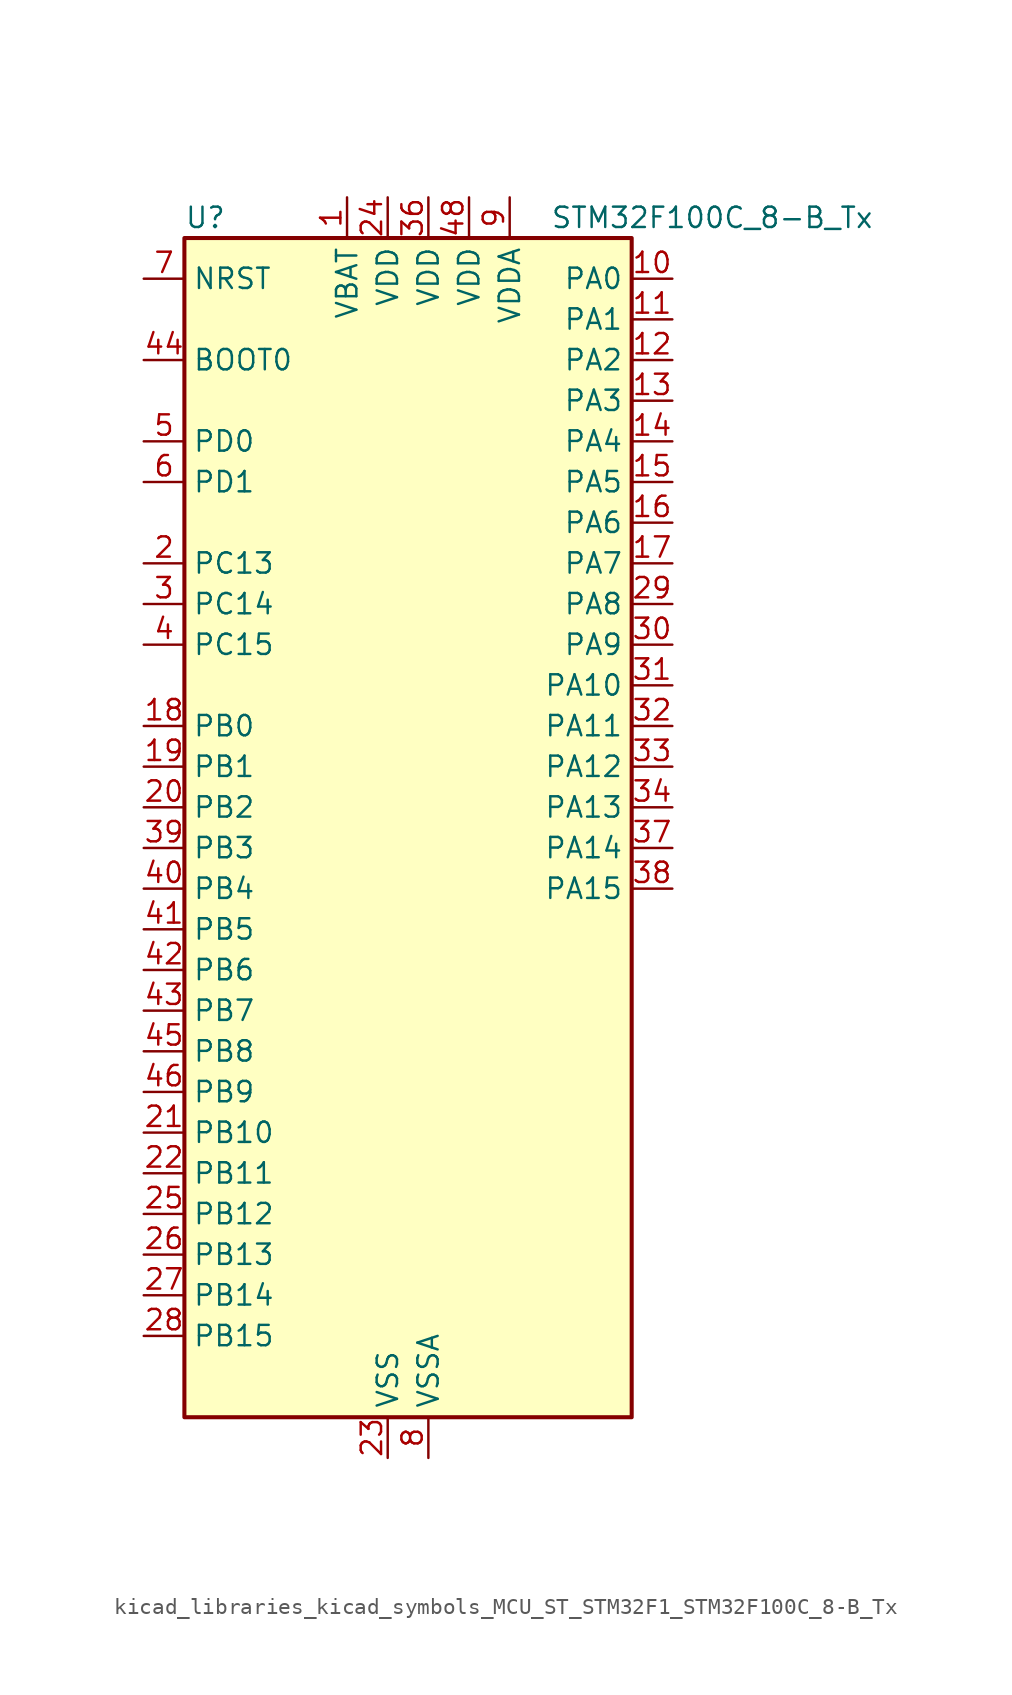
<source format=kicad_sym>
(kicad_symbol_lib
  (version 20220914)
  (generator kicad_symbol_editor)
  (symbol "kicad_libraries_kicad_symbols_MCU_ST_STM32F1_STM32F100C_8-B_Tx"
    (property "Reference" "U"
      (at -12.7 39.37 0)
      (effects (font (size 1.27 1.27)) (justify left)))
    (property "Value" "STM32F100C_8-B_Tx"
      (at 10.16 39.37 0)
      (effects (font (size 1.27 1.27)) (justify left)))
    (property "ki_locked" ""
      (at 0 0 0)
      (effects (font (size 1.27 1.27))))
    (symbol "kicad_libraries_kicad_symbols_MCU_ST_STM32F1_STM32F100C_8-B_Tx_0_1"
      (rectangle (start -12.7 -35.56) (end 15.24 38.1) (stroke (width 0.254) (type default)) (fill (type background))))
    (symbol "kicad_libraries_kicad_symbols_MCU_ST_STM32F1_STM32F100C_8-B_Tx_1_1"
      (pin power_in line (at -2.54 40.64 270) (length 2.54) (name "VBAT" (effects (font (size 1.27 1.27)))) (number "1" (effects (font (size 1.27 1.27)))))
      (pin bidirectional line (at 17.78 35.56 180) (length 2.54) (name "PA0" (effects (font (size 1.27 1.27)))) (number "10" (effects (font (size 1.27 1.27)))) (alternate "ADC1_IN0" bidirectional line) (alternate "SYS_WKUP" bidirectional line) (alternate "TIM2_CH1" bidirectional line) (alternate "TIM2_ETR" bidirectional line) (alternate "USART2_CTS" bidirectional line))
      (pin bidirectional line (at 17.78 33.02 180) (length 2.54) (name "PA1" (effects (font (size 1.27 1.27)))) (number "11" (effects (font (size 1.27 1.27)))) (alternate "ADC1_IN1" bidirectional line) (alternate "TIM2_CH2" bidirectional line) (alternate "USART2_RTS" bidirectional line))
      (pin bidirectional line (at 17.78 30.48 180) (length 2.54) (name "PA2" (effects (font (size 1.27 1.27)))) (number "12" (effects (font (size 1.27 1.27)))) (alternate "ADC1_IN2" bidirectional line) (alternate "TIM15_CH1" bidirectional line) (alternate "TIM2_CH3" bidirectional line) (alternate "USART2_TX" bidirectional line))
      (pin bidirectional line (at 17.78 27.94 180) (length 2.54) (name "PA3" (effects (font (size 1.27 1.27)))) (number "13" (effects (font (size 1.27 1.27)))) (alternate "ADC1_IN3" bidirectional line) (alternate "TIM15_CH2" bidirectional line) (alternate "TIM2_CH4" bidirectional line) (alternate "USART2_RX" bidirectional line))
      (pin bidirectional line (at 17.78 25.4 180) (length 2.54) (name "PA4" (effects (font (size 1.27 1.27)))) (number "14" (effects (font (size 1.27 1.27)))) (alternate "ADC1_IN4" bidirectional line) (alternate "DAC_OUT1" bidirectional line) (alternate "SPI1_NSS" bidirectional line) (alternate "USART2_CK" bidirectional line))
      (pin bidirectional line (at 17.78 22.86 180) (length 2.54) (name "PA5" (effects (font (size 1.27 1.27)))) (number "15" (effects (font (size 1.27 1.27)))) (alternate "ADC1_IN5" bidirectional line) (alternate "DAC_OUT2" bidirectional line) (alternate "SPI1_SCK" bidirectional line))
      (pin bidirectional line (at 17.78 20.32 180) (length 2.54) (name "PA6" (effects (font (size 1.27 1.27)))) (number "16" (effects (font (size 1.27 1.27)))) (alternate "ADC1_IN6" bidirectional line) (alternate "SPI1_MISO" bidirectional line) (alternate "TIM16_CH1" bidirectional line) (alternate "TIM1_BKIN" bidirectional line) (alternate "TIM3_CH1" bidirectional line))
      (pin bidirectional line (at 17.78 17.78 180) (length 2.54) (name "PA7" (effects (font (size 1.27 1.27)))) (number "17" (effects (font (size 1.27 1.27)))) (alternate "ADC1_IN7" bidirectional line) (alternate "SPI1_MOSI" bidirectional line) (alternate "TIM17_CH1" bidirectional line) (alternate "TIM1_CH1N" bidirectional line) (alternate "TIM3_CH2" bidirectional line))
      (pin bidirectional line (at -15.24 7.62 0) (length 2.54) (name "PB0" (effects (font (size 1.27 1.27)))) (number "18" (effects (font (size 1.27 1.27)))) (alternate "ADC1_IN8" bidirectional line) (alternate "TIM1_CH2N" bidirectional line) (alternate "TIM3_CH3" bidirectional line))
      (pin bidirectional line (at -15.24 5.08 0) (length 2.54) (name "PB1" (effects (font (size 1.27 1.27)))) (number "19" (effects (font (size 1.27 1.27)))) (alternate "ADC1_IN9" bidirectional line) (alternate "TIM1_CH3N" bidirectional line) (alternate "TIM3_CH4" bidirectional line))
      (pin bidirectional line (at -15.24 17.78 0) (length 2.54) (name "PC13" (effects (font (size 1.27 1.27)))) (number "2" (effects (font (size 1.27 1.27)))) (alternate "RTC_OUT" bidirectional line) (alternate "RTC_TAMPER" bidirectional line))
      (pin bidirectional line (at -15.24 2.54 0) (length 2.54) (name "PB2" (effects (font (size 1.27 1.27)))) (number "20" (effects (font (size 1.27 1.27)))))
      (pin bidirectional line (at -15.24 -17.78 0) (length 2.54) (name "PB10" (effects (font (size 1.27 1.27)))) (number "21" (effects (font (size 1.27 1.27)))) (alternate "CEC" bidirectional line) (alternate "I2C2_SCL" bidirectional line) (alternate "TIM2_CH3" bidirectional line) (alternate "USART3_TX" bidirectional line))
      (pin bidirectional line (at -15.24 -20.32 0) (length 2.54) (name "PB11" (effects (font (size 1.27 1.27)))) (number "22" (effects (font (size 1.27 1.27)))) (alternate "ADC1_EXTI11" bidirectional line) (alternate "I2C2_SDA" bidirectional line) (alternate "TIM2_CH4" bidirectional line) (alternate "USART3_RX" bidirectional line))
      (pin power_in line (at 0 -38.1 90) (length 2.54) (name "VSS" (effects (font (size 1.27 1.27)))) (number "23" (effects (font (size 1.27 1.27)))))
      (pin power_in line (at 0 40.64 270) (length 2.54) (name "VDD" (effects (font (size 1.27 1.27)))) (number "24" (effects (font (size 1.27 1.27)))))
      (pin bidirectional line (at -15.24 -22.86 0) (length 2.54) (name "PB12" (effects (font (size 1.27 1.27)))) (number "25" (effects (font (size 1.27 1.27)))) (alternate "I2C2_SMBA" bidirectional line) (alternate "SPI2_NSS" bidirectional line) (alternate "TIM1_BKIN" bidirectional line) (alternate "USART3_CK" bidirectional line))
      (pin bidirectional line (at -15.24 -25.4 0) (length 2.54) (name "PB13" (effects (font (size 1.27 1.27)))) (number "26" (effects (font (size 1.27 1.27)))) (alternate "SPI2_SCK" bidirectional line) (alternate "TIM1_CH1N" bidirectional line) (alternate "USART3_CTS" bidirectional line))
      (pin bidirectional line (at -15.24 -27.94 0) (length 2.54) (name "PB14" (effects (font (size 1.27 1.27)))) (number "27" (effects (font (size 1.27 1.27)))) (alternate "SPI2_MISO" bidirectional line) (alternate "TIM15_CH1" bidirectional line) (alternate "TIM1_CH2N" bidirectional line) (alternate "USART3_RTS" bidirectional line))
      (pin bidirectional line (at -15.24 -30.48 0) (length 2.54) (name "PB15" (effects (font (size 1.27 1.27)))) (number "28" (effects (font (size 1.27 1.27)))) (alternate "ADC1_EXTI15" bidirectional line) (alternate "SPI2_MOSI" bidirectional line) (alternate "TIM15_CH1N" bidirectional line) (alternate "TIM15_CH2" bidirectional line) (alternate "TIM1_CH3N" bidirectional line))
      (pin bidirectional line (at 17.78 15.24 180) (length 2.54) (name "PA8" (effects (font (size 1.27 1.27)))) (number "29" (effects (font (size 1.27 1.27)))) (alternate "RCC_MCO" bidirectional line) (alternate "TIM1_CH1" bidirectional line) (alternate "USART1_CK" bidirectional line))
      (pin bidirectional line (at -15.24 15.24 0) (length 2.54) (name "PC14" (effects (font (size 1.27 1.27)))) (number "3" (effects (font (size 1.27 1.27)))) (alternate "RCC_OSC32_IN" bidirectional line))
      (pin bidirectional line (at 17.78 12.7 180) (length 2.54) (name "PA9" (effects (font (size 1.27 1.27)))) (number "30" (effects (font (size 1.27 1.27)))) (alternate "DAC_EXTI9" bidirectional line) (alternate "TIM15_BKIN" bidirectional line) (alternate "TIM1_CH2" bidirectional line) (alternate "USART1_TX" bidirectional line))
      (pin bidirectional line (at 17.78 10.16 180) (length 2.54) (name "PA10" (effects (font (size 1.27 1.27)))) (number "31" (effects (font (size 1.27 1.27)))) (alternate "TIM17_BKIN" bidirectional line) (alternate "TIM1_CH3" bidirectional line) (alternate "USART1_RX" bidirectional line))
      (pin bidirectional line (at 17.78 7.62 180) (length 2.54) (name "PA11" (effects (font (size 1.27 1.27)))) (number "32" (effects (font (size 1.27 1.27)))) (alternate "ADC1_EXTI11" bidirectional line) (alternate "TIM1_CH4" bidirectional line) (alternate "USART1_CTS" bidirectional line))
      (pin bidirectional line (at 17.78 5.08 180) (length 2.54) (name "PA12" (effects (font (size 1.27 1.27)))) (number "33" (effects (font (size 1.27 1.27)))) (alternate "TIM1_ETR" bidirectional line) (alternate "USART1_RTS" bidirectional line))
      (pin bidirectional line (at 17.78 2.54 180) (length 2.54) (name "PA13" (effects (font (size 1.27 1.27)))) (number "34" (effects (font (size 1.27 1.27)))) (alternate "SYS_JTMS-SWDIO" bidirectional line))
      (pin passive line (at 0 -38.1 90) (length 2.54) hide (name "VSS" (effects (font (size 1.27 1.27)))) (number "35" (effects (font (size 1.27 1.27)))))
      (pin power_in line (at 2.54 40.64 270) (length 2.54) (name "VDD" (effects (font (size 1.27 1.27)))) (number "36" (effects (font (size 1.27 1.27)))))
      (pin bidirectional line (at 17.78 0 180) (length 2.54) (name "PA14" (effects (font (size 1.27 1.27)))) (number "37" (effects (font (size 1.27 1.27)))) (alternate "SYS_JTCK-SWCLK" bidirectional line))
      (pin bidirectional line (at 17.78 -2.54 180) (length 2.54) (name "PA15" (effects (font (size 1.27 1.27)))) (number "38" (effects (font (size 1.27 1.27)))) (alternate "ADC1_EXTI15" bidirectional line) (alternate "SPI1_NSS" bidirectional line) (alternate "SYS_JTDI" bidirectional line) (alternate "TIM2_CH1" bidirectional line) (alternate "TIM2_ETR" bidirectional line))
      (pin bidirectional line (at -15.24 0 0) (length 2.54) (name "PB3" (effects (font (size 1.27 1.27)))) (number "39" (effects (font (size 1.27 1.27)))) (alternate "SPI1_SCK" bidirectional line) (alternate "SYS_JTDO-TRACESWO" bidirectional line) (alternate "TIM2_CH2" bidirectional line))
      (pin bidirectional line (at -15.24 12.7 0) (length 2.54) (name "PC15" (effects (font (size 1.27 1.27)))) (number "4" (effects (font (size 1.27 1.27)))) (alternate "ADC1_EXTI15" bidirectional line) (alternate "RCC_OSC32_OUT" bidirectional line))
      (pin bidirectional line (at -15.24 -2.54 0) (length 2.54) (name "PB4" (effects (font (size 1.27 1.27)))) (number "40" (effects (font (size 1.27 1.27)))) (alternate "SPI1_MISO" bidirectional line) (alternate "SYS_NJTRST" bidirectional line) (alternate "TIM3_CH1" bidirectional line))
      (pin bidirectional line (at -15.24 -5.08 0) (length 2.54) (name "PB5" (effects (font (size 1.27 1.27)))) (number "41" (effects (font (size 1.27 1.27)))) (alternate "I2C1_SMBA" bidirectional line) (alternate "SPI1_MOSI" bidirectional line) (alternate "TIM16_BKIN" bidirectional line) (alternate "TIM3_CH2" bidirectional line))
      (pin bidirectional line (at -15.24 -7.62 0) (length 2.54) (name "PB6" (effects (font (size 1.27 1.27)))) (number "42" (effects (font (size 1.27 1.27)))) (alternate "I2C1_SCL" bidirectional line) (alternate "TIM16_CH1N" bidirectional line) (alternate "TIM4_CH1" bidirectional line) (alternate "USART1_TX" bidirectional line))
      (pin bidirectional line (at -15.24 -10.16 0) (length 2.54) (name "PB7" (effects (font (size 1.27 1.27)))) (number "43" (effects (font (size 1.27 1.27)))) (alternate "I2C1_SDA" bidirectional line) (alternate "TIM17_CH1N" bidirectional line) (alternate "TIM4_CH2" bidirectional line) (alternate "USART1_RX" bidirectional line))
      (pin input line (at -15.24 30.48 0) (length 2.54) (name "BOOT0" (effects (font (size 1.27 1.27)))) (number "44" (effects (font (size 1.27 1.27)))))
      (pin bidirectional line (at -15.24 -12.7 0) (length 2.54) (name "PB8" (effects (font (size 1.27 1.27)))) (number "45" (effects (font (size 1.27 1.27)))) (alternate "CEC" bidirectional line) (alternate "I2C1_SCL" bidirectional line) (alternate "TIM16_CH1" bidirectional line) (alternate "TIM4_CH3" bidirectional line))
      (pin bidirectional line (at -15.24 -15.24 0) (length 2.54) (name "PB9" (effects (font (size 1.27 1.27)))) (number "46" (effects (font (size 1.27 1.27)))) (alternate "DAC_EXTI9" bidirectional line) (alternate "I2C1_SDA" bidirectional line) (alternate "TIM17_CH1" bidirectional line) (alternate "TIM4_CH4" bidirectional line))
      (pin passive line (at 0 -38.1 90) (length 2.54) hide (name "VSS" (effects (font (size 1.27 1.27)))) (number "47" (effects (font (size 1.27 1.27)))))
      (pin power_in line (at 5.08 40.64 270) (length 2.54) (name "VDD" (effects (font (size 1.27 1.27)))) (number "48" (effects (font (size 1.27 1.27)))))
      (pin bidirectional line (at -15.24 25.4 0) (length 2.54) (name "PD0" (effects (font (size 1.27 1.27)))) (number "5" (effects (font (size 1.27 1.27)))) (alternate "RCC_OSC_IN" bidirectional line))
      (pin bidirectional line (at -15.24 22.86 0) (length 2.54) (name "PD1" (effects (font (size 1.27 1.27)))) (number "6" (effects (font (size 1.27 1.27)))) (alternate "RCC_OSC_OUT" bidirectional line))
      (pin input line (at -15.24 35.56 0) (length 2.54) (name "NRST" (effects (font (size 1.27 1.27)))) (number "7" (effects (font (size 1.27 1.27)))))
      (pin power_in line (at 2.54 -38.1 90) (length 2.54) (name "VSSA" (effects (font (size 1.27 1.27)))) (number "8" (effects (font (size 1.27 1.27)))))
      (pin power_in line (at 7.62 40.64 270) (length 2.54) (name "VDDA" (effects (font (size 1.27 1.27)))) (number "9" (effects (font (size 1.27 1.27))))))))
</source>
